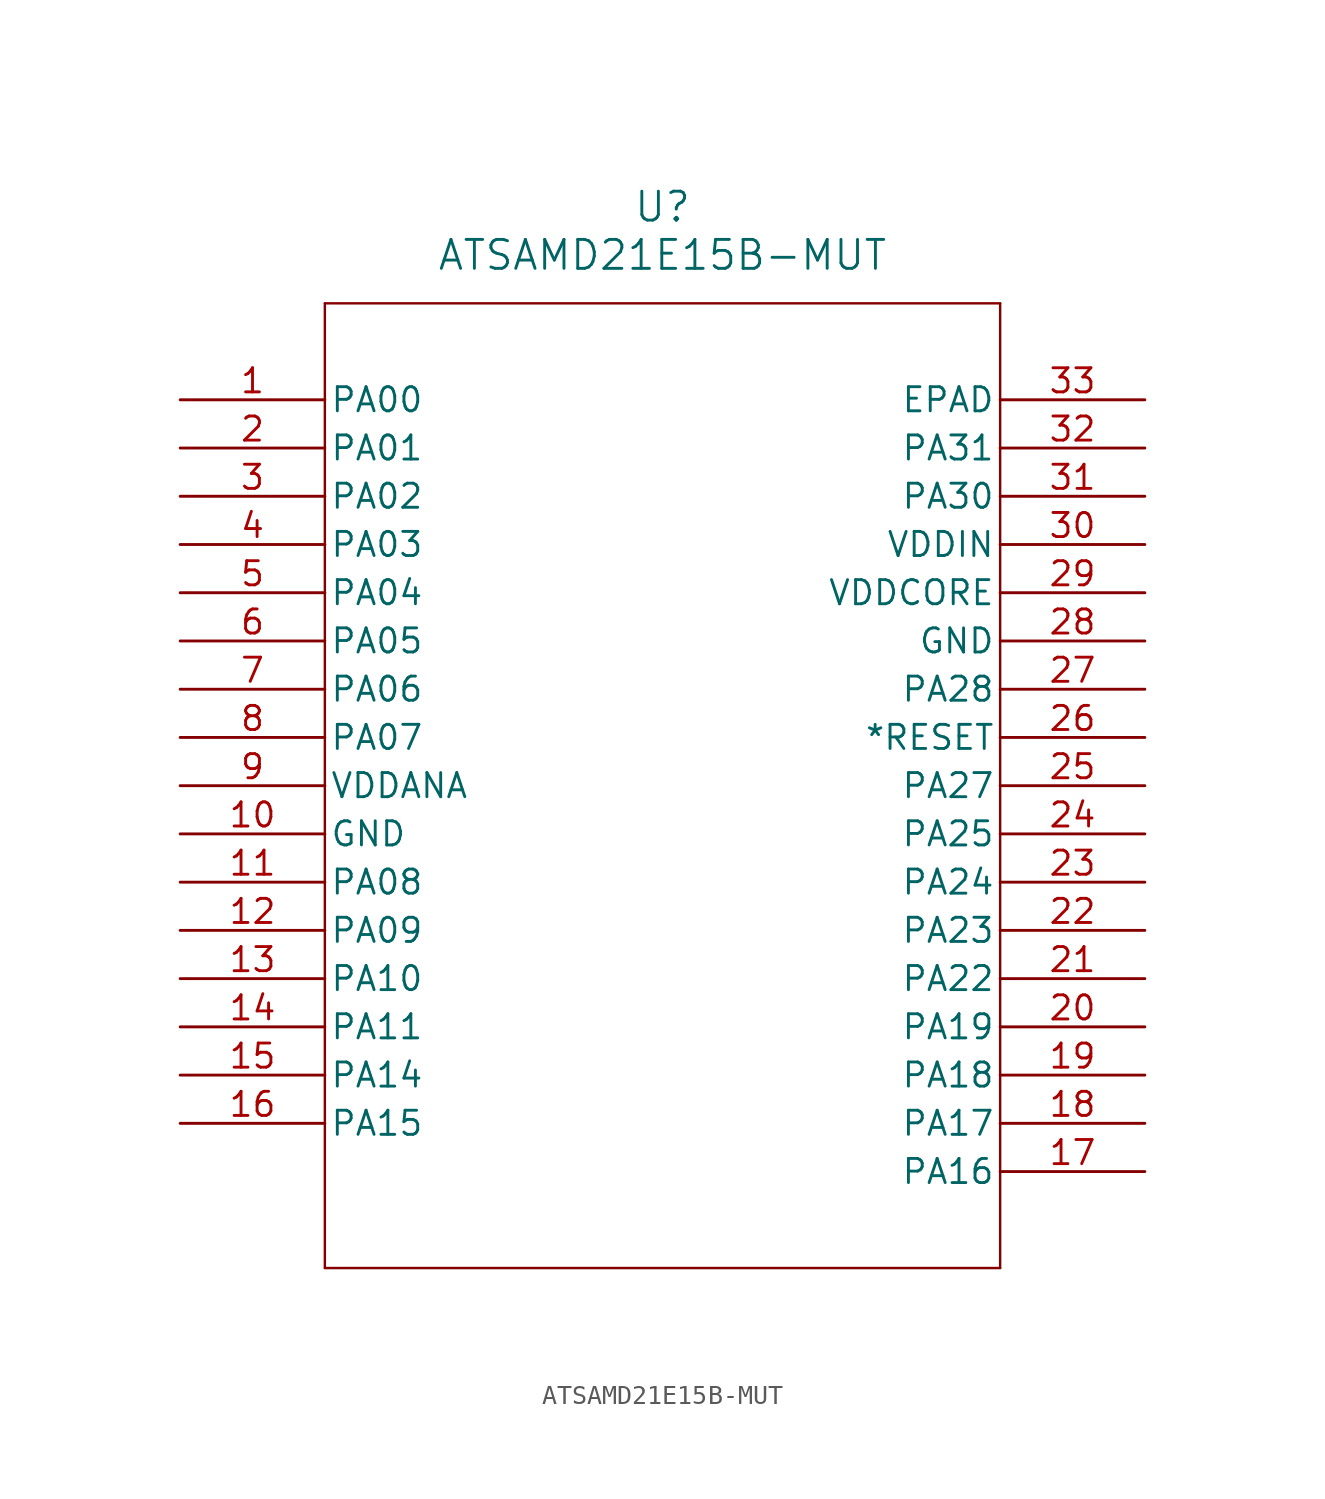
<source format=kicad_sym>
(kicad_symbol_lib
  (version 20241209)
  (generator "kicad_symbol_editor")
  (generator_version "9.0")
  (symbol "ATSAMD21E15B-MUT"
    (pin_names
      (offset 0.254))
    (property "Reference" "U"
      (at 25.4 10.16 0)
      (effects (font (size 1.524 1.524))))
    (property "Value" "ATSAMD21E15B-MUT"
      (at 25.4 7.62 0)
      (effects (font (size 1.524 1.524))))
    (symbol "ATSAMD21E15B-MUT_0_1"
      (polyline (pts (xy 7.62 5.08) (xy 7.62 -45.72)) (stroke (width 0.127) (type default)) (fill (type none)))
      (polyline (pts (xy 7.62 -45.72) (xy 43.18 -45.72)) (stroke (width 0.127) (type default)) (fill (type none)))
      (polyline (pts (xy 43.18 5.08) (xy 7.62 5.08)) (stroke (width 0.127) (type default)) (fill (type none)))
      (polyline (pts (xy 43.18 -45.72) (xy 43.18 5.08)) (stroke (width 0.127) (type default)) (fill (type none)))
      (pin bidirectional line (at 0 0 0) (length 7.62) (name "PA00" (effects (font (size 1.27 1.27)))) (number "1" (effects (font (size 1.27 1.27)))))
      (pin bidirectional line (at 0 -2.54 0) (length 7.62) (name "PA01" (effects (font (size 1.27 1.27)))) (number "2" (effects (font (size 1.27 1.27)))))
      (pin bidirectional line (at 0 -5.08 0) (length 7.62) (name "PA02" (effects (font (size 1.27 1.27)))) (number "3" (effects (font (size 1.27 1.27)))))
      (pin bidirectional line (at 0 -7.62 0) (length 7.62) (name "PA03" (effects (font (size 1.27 1.27)))) (number "4" (effects (font (size 1.27 1.27)))))
      (pin bidirectional line (at 0 -10.16 0) (length 7.62) (name "PA04" (effects (font (size 1.27 1.27)))) (number "5" (effects (font (size 1.27 1.27)))))
      (pin bidirectional line (at 0 -12.7 0) (length 7.62) (name "PA05" (effects (font (size 1.27 1.27)))) (number "6" (effects (font (size 1.27 1.27)))))
      (pin bidirectional line (at 0 -15.24 0) (length 7.62) (name "PA06" (effects (font (size 1.27 1.27)))) (number "7" (effects (font (size 1.27 1.27)))))
      (pin bidirectional line (at 0 -17.78 0) (length 7.62) (name "PA07" (effects (font (size 1.27 1.27)))) (number "8" (effects (font (size 1.27 1.27)))))
      (pin power_in line (at 0 -20.32 0) (length 7.62) (name "VDDANA" (effects (font (size 1.27 1.27)))) (number "9" (effects (font (size 1.27 1.27)))))
      (pin power_out line (at 0 -22.86 0) (length 7.62) (name "GND" (effects (font (size 1.27 1.27)))) (number "10" (effects (font (size 1.27 1.27)))))
      (pin bidirectional line (at 0 -25.4 0) (length 7.62) (name "PA08" (effects (font (size 1.27 1.27)))) (number "11" (effects (font (size 1.27 1.27)))))
      (pin bidirectional line (at 0 -27.94 0) (length 7.62) (name "PA09" (effects (font (size 1.27 1.27)))) (number "12" (effects (font (size 1.27 1.27)))))
      (pin bidirectional line (at 0 -30.48 0) (length 7.62) (name "PA10" (effects (font (size 1.27 1.27)))) (number "13" (effects (font (size 1.27 1.27)))))
      (pin bidirectional line (at 0 -33.02 0) (length 7.62) (name "PA11" (effects (font (size 1.27 1.27)))) (number "14" (effects (font (size 1.27 1.27)))))
      (pin bidirectional line (at 0 -35.56 0) (length 7.62) (name "PA14" (effects (font (size 1.27 1.27)))) (number "15" (effects (font (size 1.27 1.27)))))
      (pin bidirectional line (at 0 -38.1 0) (length 7.62) (name "PA15" (effects (font (size 1.27 1.27)))) (number "16" (effects (font (size 1.27 1.27)))))
      (pin unspecified line (at 50.8 0 180) (length 7.62) (name "EPAD" (effects (font (size 1.27 1.27)))) (number "33" (effects (font (size 1.27 1.27)))))
      (pin bidirectional line (at 50.8 -2.54 180) (length 7.62) (name "PA31" (effects (font (size 1.27 1.27)))) (number "32" (effects (font (size 1.27 1.27)))))
      (pin bidirectional line (at 50.8 -5.08 180) (length 7.62) (name "PA30" (effects (font (size 1.27 1.27)))) (number "31" (effects (font (size 1.27 1.27)))))
      (pin power_in line (at 50.8 -7.62 180) (length 7.62) (name "VDDIN" (effects (font (size 1.27 1.27)))) (number "30" (effects (font (size 1.27 1.27)))))
      (pin power_in line (at 50.8 -10.16 180) (length 7.62) (name "VDDCORE" (effects (font (size 1.27 1.27)))) (number "29" (effects (font (size 1.27 1.27)))))
      (pin power_out line (at 50.8 -12.7 180) (length 7.62) (name "GND" (effects (font (size 1.27 1.27)))) (number "28" (effects (font (size 1.27 1.27)))))
      (pin bidirectional line (at 50.8 -15.24 180) (length 7.62) (name "PA28" (effects (font (size 1.27 1.27)))) (number "27" (effects (font (size 1.27 1.27)))))
      (pin unspecified line (at 50.8 -17.78 180) (length 7.62) (name "*RESET" (effects (font (size 1.27 1.27)))) (number "26" (effects (font (size 1.27 1.27)))))
      (pin bidirectional line (at 50.8 -20.32 180) (length 7.62) (name "PA27" (effects (font (size 1.27 1.27)))) (number "25" (effects (font (size 1.27 1.27)))))
      (pin bidirectional line (at 50.8 -22.86 180) (length 7.62) (name "PA25" (effects (font (size 1.27 1.27)))) (number "24" (effects (font (size 1.27 1.27)))))
      (pin bidirectional line (at 50.8 -25.4 180) (length 7.62) (name "PA24" (effects (font (size 1.27 1.27)))) (number "23" (effects (font (size 1.27 1.27)))))
      (pin bidirectional line (at 50.8 -27.94 180) (length 7.62) (name "PA23" (effects (font (size 1.27 1.27)))) (number "22" (effects (font (size 1.27 1.27)))))
      (pin bidirectional line (at 50.8 -30.48 180) (length 7.62) (name "PA22" (effects (font (size 1.27 1.27)))) (number "21" (effects (font (size 1.27 1.27)))))
      (pin bidirectional line (at 50.8 -33.02 180) (length 7.62) (name "PA19" (effects (font (size 1.27 1.27)))) (number "20" (effects (font (size 1.27 1.27)))))
      (pin bidirectional line (at 50.8 -35.56 180) (length 7.62) (name "PA18" (effects (font (size 1.27 1.27)))) (number "19" (effects (font (size 1.27 1.27)))))
      (pin bidirectional line (at 50.8 -38.1 180) (length 7.62) (name "PA17" (effects (font (size 1.27 1.27)))) (number "18" (effects (font (size 1.27 1.27)))))
      (pin bidirectional line (at 50.8 -40.64 180) (length 7.62) (name "PA16" (effects (font (size 1.27 1.27)))) (number "17" (effects (font (size 1.27 1.27))))))))
</source>
